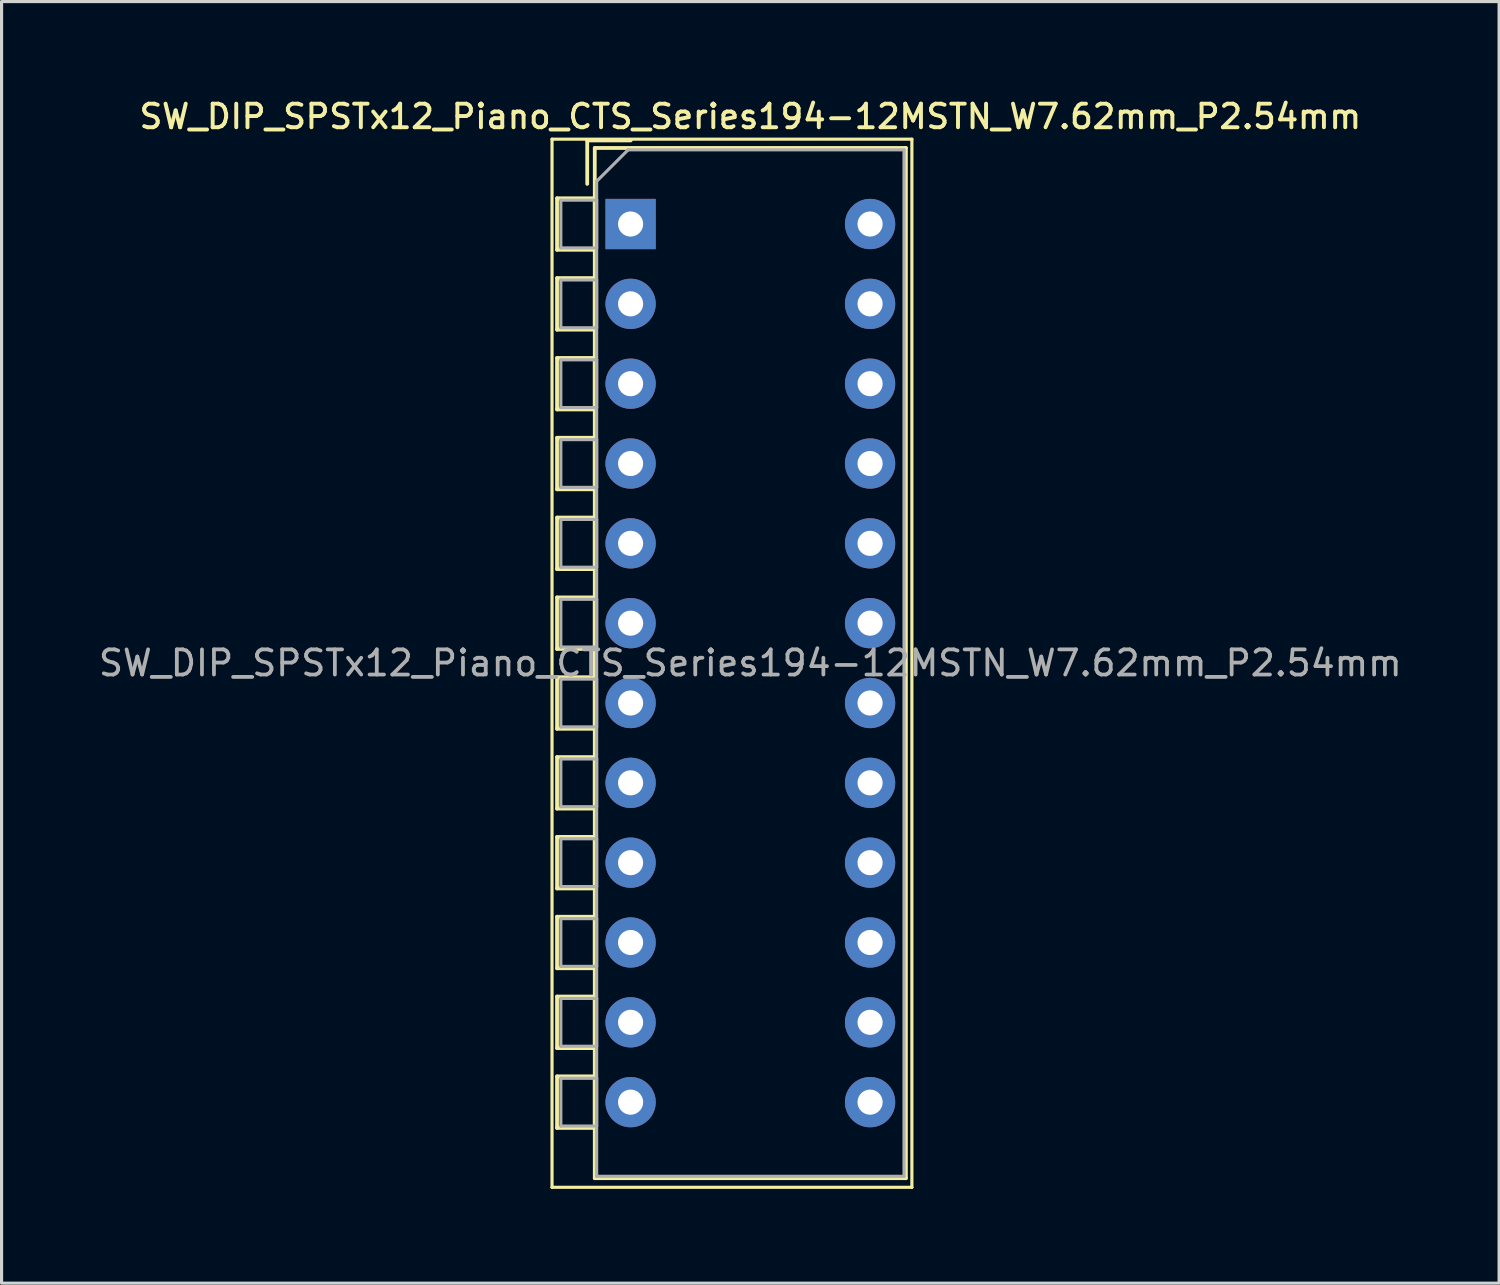
<source format=kicad_pcb>
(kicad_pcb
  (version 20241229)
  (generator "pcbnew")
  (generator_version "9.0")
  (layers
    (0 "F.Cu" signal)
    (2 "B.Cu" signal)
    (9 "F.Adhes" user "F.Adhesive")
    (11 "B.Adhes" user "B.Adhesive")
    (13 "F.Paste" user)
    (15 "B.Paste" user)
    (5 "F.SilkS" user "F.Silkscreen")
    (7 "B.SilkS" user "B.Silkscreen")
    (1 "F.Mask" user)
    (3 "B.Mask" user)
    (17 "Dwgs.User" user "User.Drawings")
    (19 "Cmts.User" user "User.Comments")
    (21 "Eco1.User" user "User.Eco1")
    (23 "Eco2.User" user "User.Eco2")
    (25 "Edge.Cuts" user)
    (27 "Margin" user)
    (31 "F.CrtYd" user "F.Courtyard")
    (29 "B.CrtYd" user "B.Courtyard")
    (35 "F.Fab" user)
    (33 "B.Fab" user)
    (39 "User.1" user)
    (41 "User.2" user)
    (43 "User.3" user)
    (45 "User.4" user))
  (footprint "SW_DIP_SPSTx12_Piano_CTS_Series194-12MSTN_W7.62mm_P2.54mm"
    (layer "F.Cu")
    (at 17.014 4.078)
    (property "Reference" "SW_DIP_SPSTx12_Piano_CTS_Series194-12MSTN_W7.62mm_P2.54mm" (at 3.81 -3.42 0) (layer "F.SilkS") (effects (font (size 0.75 0.75) (thickness 0.125))))
    (attr through_hole)
    (fp_line (start -2.5 -2.7) (end -2.5 30.65) (stroke (width 0.1) (type solid)) (layer "F.SilkS"))
    (fp_line (start -2.5 30.65) (end 8.95 30.65) (stroke (width 0.1) (type solid)) (layer "F.SilkS"))
    (fp_line (start -2.34 -0.82) (end -2.34 0.82) (stroke (width 0.12) (type solid)) (layer "F.SilkS"))
    (fp_line (start -2.34 -0.82) (end -1.14 -0.82) (stroke (width 0.12) (type solid)) (layer "F.SilkS"))
    (fp_line (start -2.34 0.82) (end -1.14 0.82) (stroke (width 0.12) (type solid)) (layer "F.SilkS"))
    (fp_line (start -2.34 1.72) (end -2.34 3.361) (stroke (width 0.12) (type solid)) (layer "F.SilkS"))
    (fp_line (start -2.34 1.72) (end -1.14 1.72) (stroke (width 0.12) (type solid)) (layer "F.SilkS"))
    (fp_line (start -2.34 3.361) (end -1.14 3.361) (stroke (width 0.12) (type solid)) (layer "F.SilkS"))
    (fp_line (start -2.34 4.261) (end -2.34 5.9) (stroke (width 0.12) (type solid)) (layer "F.SilkS"))
    (fp_line (start -2.34 4.261) (end -1.14 4.261) (stroke (width 0.12) (type solid)) (layer "F.SilkS"))
    (fp_line (start -2.34 5.9) (end -1.14 5.9) (stroke (width 0.12) (type solid)) (layer "F.SilkS"))
    (fp_line (start -2.34 6.801) (end -2.34 8.441) (stroke (width 0.12) (type solid)) (layer "F.SilkS"))
    (fp_line (start -2.34 6.801) (end -1.14 6.801) (stroke (width 0.12) (type solid)) (layer "F.SilkS"))
    (fp_line (start -2.34 8.441) (end -1.14 8.441) (stroke (width 0.12) (type solid)) (layer "F.SilkS"))
    (fp_line (start -2.34 9.34) (end -2.34 10.98) (stroke (width 0.12) (type solid)) (layer "F.SilkS"))
    (fp_line (start -2.34 9.34) (end -1.14 9.34) (stroke (width 0.12) (type solid)) (layer "F.SilkS"))
    (fp_line (start -2.34 10.98) (end -1.14 10.98) (stroke (width 0.12) (type solid)) (layer "F.SilkS"))
    (fp_line (start -2.34 11.88) (end -2.34 13.52) (stroke (width 0.12) (type solid)) (layer "F.SilkS"))
    (fp_line (start -2.34 11.88) (end -1.14 11.88) (stroke (width 0.12) (type solid)) (layer "F.SilkS"))
    (fp_line (start -2.34 13.52) (end -1.14 13.52) (stroke (width 0.12) (type solid)) (layer "F.SilkS"))
    (fp_line (start -2.34 14.42) (end -2.34 16.06) (stroke (width 0.12) (type solid)) (layer "F.SilkS"))
    (fp_line (start -2.34 14.42) (end -1.14 14.42) (stroke (width 0.12) (type solid)) (layer "F.SilkS"))
    (fp_line (start -2.34 16.06) (end -1.14 16.06) (stroke (width 0.12) (type solid)) (layer "F.SilkS"))
    (fp_line (start -2.34 16.96) (end -2.34 18.6) (stroke (width 0.12) (type solid)) (layer "F.SilkS"))
    (fp_line (start -2.34 16.96) (end -1.14 16.96) (stroke (width 0.12) (type solid)) (layer "F.SilkS"))
    (fp_line (start -2.34 18.6) (end -1.14 18.6) (stroke (width 0.12) (type solid)) (layer "F.SilkS"))
    (fp_line (start -2.34 19.5) (end -2.34 21.14) (stroke (width 0.12) (type solid)) (layer "F.SilkS"))
    (fp_line (start -2.34 19.5) (end -1.14 19.5) (stroke (width 0.12) (type solid)) (layer "F.SilkS"))
    (fp_line (start -2.34 21.14) (end -1.14 21.14) (stroke (width 0.12) (type solid)) (layer "F.SilkS"))
    (fp_line (start -2.34 22.04) (end -2.34 23.68) (stroke (width 0.12) (type solid)) (layer "F.SilkS"))
    (fp_line (start -2.34 22.04) (end -1.14 22.04) (stroke (width 0.12) (type solid)) (layer "F.SilkS"))
    (fp_line (start -2.34 23.68) (end -1.14 23.68) (stroke (width 0.12) (type solid)) (layer "F.SilkS"))
    (fp_line (start -2.34 24.58) (end -2.34 26.22) (stroke (width 0.12) (type solid)) (layer "F.SilkS"))
    (fp_line (start -2.34 24.58) (end -1.14 24.58) (stroke (width 0.12) (type solid)) (layer "F.SilkS"))
    (fp_line (start -2.34 26.22) (end -1.14 26.22) (stroke (width 0.12) (type solid)) (layer "F.SilkS"))
    (fp_line (start -2.34 27.12) (end -2.34 28.76) (stroke (width 0.12) (type solid)) (layer "F.SilkS"))
    (fp_line (start -2.34 27.12) (end -1.14 27.12) (stroke (width 0.12) (type solid)) (layer "F.SilkS"))
    (fp_line (start -2.34 28.76) (end -1.14 28.76) (stroke (width 0.12) (type solid)) (layer "F.SilkS"))
    (fp_line (start -1.38 -2.66) (end -1.38 -1.277) (stroke (width 0.12) (type solid)) (layer "F.SilkS"))
    (fp_line (start -1.38 -2.66) (end 0.004 -2.66) (stroke (width 0.12) (type solid)) (layer "F.SilkS"))
    (fp_line (start -1.14 -2.42) (end -1.14 30.36) (stroke (width 0.12) (type solid)) (layer "F.SilkS"))
    (fp_line (start -1.14 -2.42) (end 8.76 -2.42) (stroke (width 0.12) (type solid)) (layer "F.SilkS"))
    (fp_line (start -1.14 -0.82) (end -1.14 0.82) (stroke (width 0.12) (type solid)) (layer "F.SilkS"))
    (fp_line (start -1.14 1.72) (end -1.14 3.361) (stroke (width 0.12) (type solid)) (layer "F.SilkS"))
    (fp_line (start -1.14 4.261) (end -1.14 5.9) (stroke (width 0.12) (type solid)) (layer "F.SilkS"))
    (fp_line (start -1.14 6.801) (end -1.14 8.441) (stroke (width 0.12) (type solid)) (layer "F.SilkS"))
    (fp_line (start -1.14 9.34) (end -1.14 10.98) (stroke (width 0.12) (type solid)) (layer "F.SilkS"))
    (fp_line (start -1.14 11.88) (end -1.14 13.52) (stroke (width 0.12) (type solid)) (layer "F.SilkS"))
    (fp_line (start -1.14 14.42) (end -1.14 16.06) (stroke (width 0.12) (type solid)) (layer "F.SilkS"))
    (fp_line (start -1.14 16.96) (end -1.14 18.6) (stroke (width 0.12) (type solid)) (layer "F.SilkS"))
    (fp_line (start -1.14 19.5) (end -1.14 21.14) (stroke (width 0.12) (type solid)) (layer "F.SilkS"))
    (fp_line (start -1.14 22.04) (end -1.14 23.68) (stroke (width 0.12) (type solid)) (layer "F.SilkS"))
    (fp_line (start -1.14 24.58) (end -1.14 26.22) (stroke (width 0.12) (type solid)) (layer "F.SilkS"))
    (fp_line (start -1.14 27.12) (end -1.14 28.76) (stroke (width 0.12) (type solid)) (layer "F.SilkS"))
    (fp_line (start -1.14 30.36) (end 8.76 30.36) (stroke (width 0.12) (type solid)) (layer "F.SilkS"))
    (fp_line (start 8.76 -2.42) (end 8.76 30.36) (stroke (width 0.12) (type solid)) (layer "F.SilkS"))
    (fp_line (start 8.95 -2.7) (end -2.5 -2.7) (stroke (width 0.1) (type solid)) (layer "F.SilkS"))
    (fp_line (start 8.95 30.65) (end 8.95 -2.7) (stroke (width 0.1) (type solid)) (layer "F.SilkS"))
    (fp_line (start -2.22 -0.76) (end -1.08 -0.76) (stroke (width 0.1) (type solid)) (layer "F.Fab"))
    (fp_line (start -2.22 0.76) (end -2.22 -0.76) (stroke (width 0.1) (type solid)) (layer "F.Fab"))
    (fp_line (start -2.22 1.78) (end -1.08 1.78) (stroke (width 0.1) (type solid)) (layer "F.Fab"))
    (fp_line (start -2.22 3.3) (end -2.22 1.78) (stroke (width 0.1) (type solid)) (layer "F.Fab"))
    (fp_line (start -2.22 4.32) (end -1.08 4.32) (stroke (width 0.1) (type solid)) (layer "F.Fab"))
    (fp_line (start -2.22 5.84) (end -2.22 4.32) (stroke (width 0.1) (type solid)) (layer "F.Fab"))
    (fp_line (start -2.22 6.86) (end -1.08 6.86) (stroke (width 0.1) (type solid)) (layer "F.Fab"))
    (fp_line (start -2.22 8.38) (end -2.22 6.86) (stroke (width 0.1) (type solid)) (layer "F.Fab"))
    (fp_line (start -2.22 9.4) (end -1.08 9.4) (stroke (width 0.1) (type solid)) (layer "F.Fab"))
    (fp_line (start -2.22 10.92) (end -2.22 9.4) (stroke (width 0.1) (type solid)) (layer "F.Fab"))
    (fp_line (start -2.22 11.94) (end -1.08 11.94) (stroke (width 0.1) (type solid)) (layer "F.Fab"))
    (fp_line (start -2.22 13.46) (end -2.22 11.94) (stroke (width 0.1) (type solid)) (layer "F.Fab"))
    (fp_line (start -2.22 14.48) (end -1.08 14.48) (stroke (width 0.1) (type solid)) (layer "F.Fab"))
    (fp_line (start -2.22 16) (end -2.22 14.48) (stroke (width 0.1) (type solid)) (layer "F.Fab"))
    (fp_line (start -2.22 17.02) (end -1.08 17.02) (stroke (width 0.1) (type solid)) (layer "F.Fab"))
    (fp_line (start -2.22 18.54) (end -2.22 17.02) (stroke (width 0.1) (type solid)) (layer "F.Fab"))
    (fp_line (start -2.22 19.56) (end -1.08 19.56) (stroke (width 0.1) (type solid)) (layer "F.Fab"))
    (fp_line (start -2.22 21.08) (end -2.22 19.56) (stroke (width 0.1) (type solid)) (layer "F.Fab"))
    (fp_line (start -2.22 22.1) (end -1.08 22.1) (stroke (width 0.1) (type solid)) (layer "F.Fab"))
    (fp_line (start -2.22 23.62) (end -2.22 22.1) (stroke (width 0.1) (type solid)) (layer "F.Fab"))
    (fp_line (start -2.22 24.64) (end -1.08 24.64) (stroke (width 0.1) (type solid)) (layer "F.Fab"))
    (fp_line (start -2.22 26.16) (end -2.22 24.64) (stroke (width 0.1) (type solid)) (layer "F.Fab"))
    (fp_line (start -2.22 27.18) (end -1.08 27.18) (stroke (width 0.1) (type solid)) (layer "F.Fab"))
    (fp_line (start -2.22 28.7) (end -2.22 27.18) (stroke (width 0.1) (type solid)) (layer "F.Fab"))
    (fp_line (start -1.08 -1.36) (end -0.08 -2.36) (stroke (width 0.1) (type solid)) (layer "F.Fab"))
    (fp_line (start -1.08 -0.76) (end -1.08 0.76) (stroke (width 0.1) (type solid)) (layer "F.Fab"))
    (fp_line (start -1.08 0.76) (end -2.22 0.76) (stroke (width 0.1) (type solid)) (layer "F.Fab"))
    (fp_line (start -1.08 1.78) (end -1.08 3.3) (stroke (width 0.1) (type solid)) (layer "F.Fab"))
    (fp_line (start -1.08 3.3) (end -2.22 3.3) (stroke (width 0.1) (type solid)) (layer "F.Fab"))
    (fp_line (start -1.08 4.32) (end -1.08 5.84) (stroke (width 0.1) (type solid)) (layer "F.Fab"))
    (fp_line (start -1.08 5.84) (end -2.22 5.84) (stroke (width 0.1) (type solid)) (layer "F.Fab"))
    (fp_line (start -1.08 6.86) (end -1.08 8.38) (stroke (width 0.1) (type solid)) (layer "F.Fab"))
    (fp_line (start -1.08 8.38) (end -2.22 8.38) (stroke (width 0.1) (type solid)) (layer "F.Fab"))
    (fp_line (start -1.08 9.4) (end -1.08 10.92) (stroke (width 0.1) (type solid)) (layer "F.Fab"))
    (fp_line (start -1.08 10.92) (end -2.22 10.92) (stroke (width 0.1) (type solid)) (layer "F.Fab"))
    (fp_line (start -1.08 11.94) (end -1.08 13.46) (stroke (width 0.1) (type solid)) (layer "F.Fab"))
    (fp_line (start -1.08 13.46) (end -2.22 13.46) (stroke (width 0.1) (type solid)) (layer "F.Fab"))
    (fp_line (start -1.08 14.48) (end -1.08 16) (stroke (width 0.1) (type solid)) (layer "F.Fab"))
    (fp_line (start -1.08 16) (end -2.22 16) (stroke (width 0.1) (type solid)) (layer "F.Fab"))
    (fp_line (start -1.08 17.02) (end -1.08 18.54) (stroke (width 0.1) (type solid)) (layer "F.Fab"))
    (fp_line (start -1.08 18.54) (end -2.22 18.54) (stroke (width 0.1) (type solid)) (layer "F.Fab"))
    (fp_line (start -1.08 19.56) (end -1.08 21.08) (stroke (width 0.1) (type solid)) (layer "F.Fab"))
    (fp_line (start -1.08 21.08) (end -2.22 21.08) (stroke (width 0.1) (type solid)) (layer "F.Fab"))
    (fp_line (start -1.08 22.1) (end -1.08 23.62) (stroke (width 0.1) (type solid)) (layer "F.Fab"))
    (fp_line (start -1.08 23.62) (end -2.22 23.62) (stroke (width 0.1) (type solid)) (layer "F.Fab"))
    (fp_line (start -1.08 24.64) (end -1.08 26.16) (stroke (width 0.1) (type solid)) (layer "F.Fab"))
    (fp_line (start -1.08 26.16) (end -2.22 26.16) (stroke (width 0.1) (type solid)) (layer "F.Fab"))
    (fp_line (start -1.08 27.18) (end -1.08 28.7) (stroke (width 0.1) (type solid)) (layer "F.Fab"))
    (fp_line (start -1.08 28.7) (end -2.22 28.7) (stroke (width 0.1) (type solid)) (layer "F.Fab"))
    (fp_line (start -1.08 30.3) (end -1.08 -1.36) (stroke (width 0.1) (type solid)) (layer "F.Fab"))
    (fp_line (start -0.08 -2.36) (end 8.7 -2.36) (stroke (width 0.1) (type solid)) (layer "F.Fab"))
    (fp_line (start 8.7 -2.36) (end 8.7 30.3) (stroke (width 0.1) (type solid)) (layer "F.Fab"))
    (fp_line (start 8.7 30.3) (end -1.08 30.3) (stroke (width 0.1) (type solid)) (layer "F.Fab"))
    (fp_text user "${REFERENCE}" (at 3.81 13.97 0) (layer "F.Fab") (effects (font (size 0.8 0.8) (thickness 0.12))))
    (pad "1" thru_hole rect (at 0 0) (size 1.6 1.6) (drill 0.8) (layers "*.Cu" "*.Mask"))
    (pad "2" thru_hole oval (at 0 2.54) (size 1.6 1.6) (drill 0.8) (layers "*.Cu" "*.Mask"))
    (pad "3" thru_hole oval (at 0 5.08) (size 1.6 1.6) (drill 0.8) (layers "*.Cu" "*.Mask"))
    (pad "4" thru_hole oval (at 0 7.62) (size 1.6 1.6) (drill 0.8) (layers "*.Cu" "*.Mask"))
    (pad "5" thru_hole oval (at 0 10.16) (size 1.6 1.6) (drill 0.8) (layers "*.Cu" "*.Mask"))
    (pad "6" thru_hole oval (at 0 12.7) (size 1.6 1.6) (drill 0.8) (layers "*.Cu" "*.Mask"))
    (pad "7" thru_hole oval (at 0 15.24) (size 1.6 1.6) (drill 0.8) (layers "*.Cu" "*.Mask"))
    (pad "8" thru_hole oval (at 0 17.78) (size 1.6 1.6) (drill 0.8) (layers "*.Cu" "*.Mask"))
    (pad "9" thru_hole oval (at 0 20.32) (size 1.6 1.6) (drill 0.8) (layers "*.Cu" "*.Mask"))
    (pad "10" thru_hole oval (at 0 22.86) (size 1.6 1.6) (drill 0.8) (layers "*.Cu" "*.Mask"))
    (pad "11" thru_hole oval (at 0 25.4) (size 1.6 1.6) (drill 0.8) (layers "*.Cu" "*.Mask"))
    (pad "12" thru_hole oval (at 0 27.94) (size 1.6 1.6) (drill 0.8) (layers "*.Cu" "*.Mask"))
    (pad "13" thru_hole oval (at 7.62 27.94) (size 1.6 1.6) (drill 0.8) (layers "*.Cu" "*.Mask"))
    (pad "14" thru_hole oval (at 7.62 25.4) (size 1.6 1.6) (drill 0.8) (layers "*.Cu" "*.Mask"))
    (pad "15" thru_hole oval (at 7.62 22.86) (size 1.6 1.6) (drill 0.8) (layers "*.Cu" "*.Mask"))
    (pad "16" thru_hole oval (at 7.62 20.32) (size 1.6 1.6) (drill 0.8) (layers "*.Cu" "*.Mask"))
    (pad "17" thru_hole oval (at 7.62 17.78) (size 1.6 1.6) (drill 0.8) (layers "*.Cu" "*.Mask"))
    (pad "18" thru_hole oval (at 7.62 15.24) (size 1.6 1.6) (drill 0.8) (layers "*.Cu" "*.Mask"))
    (pad "19" thru_hole oval (at 7.62 12.7) (size 1.6 1.6) (drill 0.8) (layers "*.Cu" "*.Mask"))
    (pad "20" thru_hole oval (at 7.62 10.16) (size 1.6 1.6) (drill 0.8) (layers "*.Cu" "*.Mask"))
    (pad "21" thru_hole oval (at 7.62 7.62) (size 1.6 1.6) (drill 0.8) (layers "*.Cu" "*.Mask"))
    (pad "22" thru_hole oval (at 7.62 5.08) (size 1.6 1.6) (drill 0.8) (layers "*.Cu" "*.Mask"))
    (pad "23" thru_hole oval (at 7.62 2.54) (size 1.6 1.6) (drill 0.8) (layers "*.Cu" "*.Mask"))
    (pad "24" thru_hole oval (at 7.62 0) (size 1.6 1.6) (drill 0.8) (layers "*.Cu" "*.Mask")))
  (gr_rect
    (start -3 -3)
    (end 44.648 37.778)
    (stroke (width 0.1) (type default))
    (fill no)
    (layer "Edge.Cuts")))
</source>
